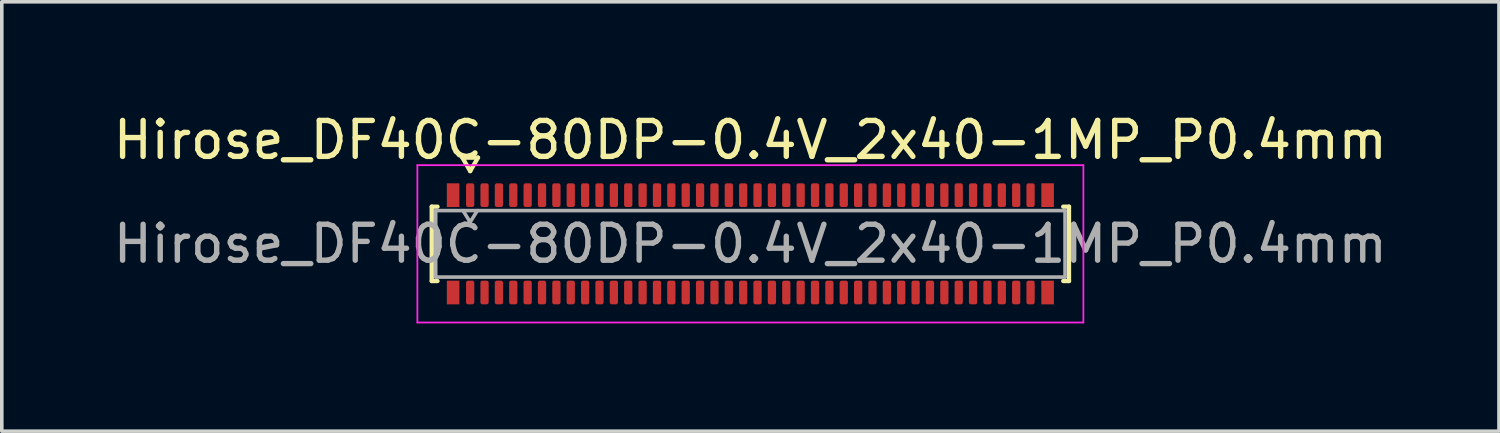
<source format=kicad_pcb>
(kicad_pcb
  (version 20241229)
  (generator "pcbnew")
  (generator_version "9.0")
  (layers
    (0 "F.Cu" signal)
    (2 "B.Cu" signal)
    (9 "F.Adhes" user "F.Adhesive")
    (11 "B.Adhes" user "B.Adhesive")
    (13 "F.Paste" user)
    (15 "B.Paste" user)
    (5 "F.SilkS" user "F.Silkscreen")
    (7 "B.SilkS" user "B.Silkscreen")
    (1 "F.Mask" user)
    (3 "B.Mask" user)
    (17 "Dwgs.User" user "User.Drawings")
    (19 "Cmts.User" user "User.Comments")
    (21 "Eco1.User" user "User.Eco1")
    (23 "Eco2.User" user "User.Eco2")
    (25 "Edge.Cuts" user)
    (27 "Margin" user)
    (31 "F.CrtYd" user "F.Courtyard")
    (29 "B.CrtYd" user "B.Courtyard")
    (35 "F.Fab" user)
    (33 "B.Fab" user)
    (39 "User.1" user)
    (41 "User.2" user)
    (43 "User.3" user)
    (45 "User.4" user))
  (footprint "Hirose_DF40C-80DP-0.4V_2x40-1MP_P0.4mm"
    (layer "F.Cu")
    (at 17.839 3.738)
    (property "Reference" "Hirose_DF40C-80DP-0.4V_2x40-1MP_P0.4mm" (at 0 -2.89 0) (layer "F.SilkS") (effects (font (size 1 1) (thickness 0.15))))
    (attr smd)
    (fp_line (start -8.87 -1.035) (end -8.71 -1.035) (stroke (width 0.12) (type solid)) (layer "F.SilkS"))
    (fp_line (start -8.87 1.035) (end -8.87 -1.035) (stroke (width 0.12) (type solid)) (layer "F.SilkS"))
    (fp_line (start -8.71 1.035) (end -8.87 1.035) (stroke (width 0.12) (type solid)) (layer "F.SilkS"))
    (fp_line (start -8.017 -2.4) (end -7.8 -2.025) (stroke (width 0.12) (type solid)) (layer "F.SilkS"))
    (fp_line (start -7.8 -2.025) (end -7.583 -2.4) (stroke (width 0.12) (type solid)) (layer "F.SilkS"))
    (fp_line (start -7.583 -2.4) (end -8.017 -2.4) (stroke (width 0.12) (type solid)) (layer "F.SilkS"))
    (fp_line (start 8.71 -1.035) (end 8.87 -1.035) (stroke (width 0.12) (type solid)) (layer "F.SilkS"))
    (fp_line (start 8.87 -1.035) (end 8.87 1.035) (stroke (width 0.12) (type solid)) (layer "F.SilkS"))
    (fp_line (start 8.87 1.035) (end 8.71 1.035) (stroke (width 0.12) (type solid)) (layer "F.SilkS"))
    (fp_line (start -9.27 -2.19) (end -9.27 2.19) (stroke (width 0.05) (type solid)) (layer "F.CrtYd"))
    (fp_line (start -9.27 2.19) (end 9.27 2.19) (stroke (width 0.05) (type solid)) (layer "F.CrtYd"))
    (fp_line (start 9.27 -2.19) (end -9.27 -2.19) (stroke (width 0.05) (type solid)) (layer "F.CrtYd"))
    (fp_line (start 9.27 2.19) (end 9.27 -2.19) (stroke (width 0.05) (type solid)) (layer "F.CrtYd"))
    (fp_line (start -8.76 -0.925) (end 8.76 -0.925) (stroke (width 0.1) (type solid)) (layer "F.Fab"))
    (fp_line (start -8.76 0.925) (end -8.76 -0.925) (stroke (width 0.1) (type solid)) (layer "F.Fab"))
    (fp_line (start -8 -0.925) (end -7.8 -0.605) (stroke (width 0.1) (type solid)) (layer "F.Fab"))
    (fp_line (start -7.8 -0.605) (end -7.6 -0.925) (stroke (width 0.1) (type solid)) (layer "F.Fab"))
    (fp_line (start 8.76 -0.925) (end 8.76 0.925) (stroke (width 0.1) (type solid)) (layer "F.Fab"))
    (fp_line (start 8.76 0.925) (end -8.76 0.925) (stroke (width 0.1) (type solid)) (layer "F.Fab"))
    (fp_text user "${REFERENCE}" (at 0 0 0) (layer "F.Fab") (effects (font (size 1 1) (thickness 0.15))))
    (pad "1" smd roundrect (at -7.8 -1.355) (size 0.23 0.66) (layers "F.Cu" "F.Mask" "F.Paste") (roundrect_rratio 0.25))
    (pad "2" smd roundrect (at -7.8 1.355) (size 0.23 0.66) (layers "F.Cu" "F.Mask" "F.Paste") (roundrect_rratio 0.25))
    (pad "3" smd roundrect (at -7.4 -1.355) (size 0.23 0.66) (layers "F.Cu" "F.Mask" "F.Paste") (roundrect_rratio 0.25))
    (pad "4" smd roundrect (at -7.4 1.355) (size 0.23 0.66) (layers "F.Cu" "F.Mask" "F.Paste") (roundrect_rratio 0.25))
    (pad "5" smd roundrect (at -7 -1.355) (size 0.23 0.66) (layers "F.Cu" "F.Mask" "F.Paste") (roundrect_rratio 0.25))
    (pad "6" smd roundrect (at -7 1.355) (size 0.23 0.66) (layers "F.Cu" "F.Mask" "F.Paste") (roundrect_rratio 0.25))
    (pad "7" smd roundrect (at -6.6 -1.355) (size 0.23 0.66) (layers "F.Cu" "F.Mask" "F.Paste") (roundrect_rratio 0.25))
    (pad "8" smd roundrect (at -6.6 1.355) (size 0.23 0.66) (layers "F.Cu" "F.Mask" "F.Paste") (roundrect_rratio 0.25))
    (pad "9" smd roundrect (at -6.2 -1.355) (size 0.23 0.66) (layers "F.Cu" "F.Mask" "F.Paste") (roundrect_rratio 0.25))
    (pad "10" smd roundrect (at -6.2 1.355) (size 0.23 0.66) (layers "F.Cu" "F.Mask" "F.Paste") (roundrect_rratio 0.25))
    (pad "11" smd roundrect (at -5.8 -1.355) (size 0.23 0.66) (layers "F.Cu" "F.Mask" "F.Paste") (roundrect_rratio 0.25))
    (pad "12" smd roundrect (at -5.8 1.355) (size 0.23 0.66) (layers "F.Cu" "F.Mask" "F.Paste") (roundrect_rratio 0.25))
    (pad "13" smd roundrect (at -5.4 -1.355) (size 0.23 0.66) (layers "F.Cu" "F.Mask" "F.Paste") (roundrect_rratio 0.25))
    (pad "14" smd roundrect (at -5.4 1.355) (size 0.23 0.66) (layers "F.Cu" "F.Mask" "F.Paste") (roundrect_rratio 0.25))
    (pad "15" smd roundrect (at -5 -1.355) (size 0.23 0.66) (layers "F.Cu" "F.Mask" "F.Paste") (roundrect_rratio 0.25))
    (pad "16" smd roundrect (at -5 1.355) (size 0.23 0.66) (layers "F.Cu" "F.Mask" "F.Paste") (roundrect_rratio 0.25))
    (pad "17" smd roundrect (at -4.6 -1.355) (size 0.23 0.66) (layers "F.Cu" "F.Mask" "F.Paste") (roundrect_rratio 0.25))
    (pad "18" smd roundrect (at -4.6 1.355) (size 0.23 0.66) (layers "F.Cu" "F.Mask" "F.Paste") (roundrect_rratio 0.25))
    (pad "19" smd roundrect (at -4.2 -1.355) (size 0.23 0.66) (layers "F.Cu" "F.Mask" "F.Paste") (roundrect_rratio 0.25))
    (pad "20" smd roundrect (at -4.2 1.355) (size 0.23 0.66) (layers "F.Cu" "F.Mask" "F.Paste") (roundrect_rratio 0.25))
    (pad "21" smd roundrect (at -3.8 -1.355) (size 0.23 0.66) (layers "F.Cu" "F.Mask" "F.Paste") (roundrect_rratio 0.25))
    (pad "22" smd roundrect (at -3.8 1.355) (size 0.23 0.66) (layers "F.Cu" "F.Mask" "F.Paste") (roundrect_rratio 0.25))
    (pad "23" smd roundrect (at -3.4 -1.355) (size 0.23 0.66) (layers "F.Cu" "F.Mask" "F.Paste") (roundrect_rratio 0.25))
    (pad "24" smd roundrect (at -3.4 1.355) (size 0.23 0.66) (layers "F.Cu" "F.Mask" "F.Paste") (roundrect_rratio 0.25))
    (pad "25" smd roundrect (at -3 -1.355) (size 0.23 0.66) (layers "F.Cu" "F.Mask" "F.Paste") (roundrect_rratio 0.25))
    (pad "26" smd roundrect (at -3 1.355) (size 0.23 0.66) (layers "F.Cu" "F.Mask" "F.Paste") (roundrect_rratio 0.25))
    (pad "27" smd roundrect (at -2.6 -1.355) (size 0.23 0.66) (layers "F.Cu" "F.Mask" "F.Paste") (roundrect_rratio 0.25))
    (pad "28" smd roundrect (at -2.6 1.355) (size 0.23 0.66) (layers "F.Cu" "F.Mask" "F.Paste") (roundrect_rratio 0.25))
    (pad "29" smd roundrect (at -2.2 -1.355) (size 0.23 0.66) (layers "F.Cu" "F.Mask" "F.Paste") (roundrect_rratio 0.25))
    (pad "30" smd roundrect (at -2.2 1.355) (size 0.23 0.66) (layers "F.Cu" "F.Mask" "F.Paste") (roundrect_rratio 0.25))
    (pad "31" smd roundrect (at -1.8 -1.355) (size 0.23 0.66) (layers "F.Cu" "F.Mask" "F.Paste") (roundrect_rratio 0.25))
    (pad "32" smd roundrect (at -1.8 1.355) (size 0.23 0.66) (layers "F.Cu" "F.Mask" "F.Paste") (roundrect_rratio 0.25))
    (pad "33" smd roundrect (at -1.4 -1.355) (size 0.23 0.66) (layers "F.Cu" "F.Mask" "F.Paste") (roundrect_rratio 0.25))
    (pad "34" smd roundrect (at -1.4 1.355) (size 0.23 0.66) (layers "F.Cu" "F.Mask" "F.Paste") (roundrect_rratio 0.25))
    (pad "35" smd roundrect (at -1 -1.355) (size 0.23 0.66) (layers "F.Cu" "F.Mask" "F.Paste") (roundrect_rratio 0.25))
    (pad "36" smd roundrect (at -1 1.355) (size 0.23 0.66) (layers "F.Cu" "F.Mask" "F.Paste") (roundrect_rratio 0.25))
    (pad "37" smd roundrect (at -0.6 -1.355) (size 0.23 0.66) (layers "F.Cu" "F.Mask" "F.Paste") (roundrect_rratio 0.25))
    (pad "38" smd roundrect (at -0.6 1.355) (size 0.23 0.66) (layers "F.Cu" "F.Mask" "F.Paste") (roundrect_rratio 0.25))
    (pad "39" smd roundrect (at -0.2 -1.355) (size 0.23 0.66) (layers "F.Cu" "F.Mask" "F.Paste") (roundrect_rratio 0.25))
    (pad "40" smd roundrect (at -0.2 1.355) (size 0.23 0.66) (layers "F.Cu" "F.Mask" "F.Paste") (roundrect_rratio 0.25))
    (pad "41" smd roundrect (at 0.2 -1.355) (size 0.23 0.66) (layers "F.Cu" "F.Mask" "F.Paste") (roundrect_rratio 0.25))
    (pad "42" smd roundrect (at 0.2 1.355) (size 0.23 0.66) (layers "F.Cu" "F.Mask" "F.Paste") (roundrect_rratio 0.25))
    (pad "43" smd roundrect (at 0.6 -1.355) (size 0.23 0.66) (layers "F.Cu" "F.Mask" "F.Paste") (roundrect_rratio 0.25))
    (pad "44" smd roundrect (at 0.6 1.355) (size 0.23 0.66) (layers "F.Cu" "F.Mask" "F.Paste") (roundrect_rratio 0.25))
    (pad "45" smd roundrect (at 1 -1.355) (size 0.23 0.66) (layers "F.Cu" "F.Mask" "F.Paste") (roundrect_rratio 0.25))
    (pad "46" smd roundrect (at 1 1.355) (size 0.23 0.66) (layers "F.Cu" "F.Mask" "F.Paste") (roundrect_rratio 0.25))
    (pad "47" smd roundrect (at 1.4 -1.355) (size 0.23 0.66) (layers "F.Cu" "F.Mask" "F.Paste") (roundrect_rratio 0.25))
    (pad "48" smd roundrect (at 1.4 1.355) (size 0.23 0.66) (layers "F.Cu" "F.Mask" "F.Paste") (roundrect_rratio 0.25))
    (pad "49" smd roundrect (at 1.8 -1.355) (size 0.23 0.66) (layers "F.Cu" "F.Mask" "F.Paste") (roundrect_rratio 0.25))
    (pad "50" smd roundrect (at 1.8 1.355) (size 0.23 0.66) (layers "F.Cu" "F.Mask" "F.Paste") (roundrect_rratio 0.25))
    (pad "51" smd roundrect (at 2.2 -1.355) (size 0.23 0.66) (layers "F.Cu" "F.Mask" "F.Paste") (roundrect_rratio 0.25))
    (pad "52" smd roundrect (at 2.2 1.355) (size 0.23 0.66) (layers "F.Cu" "F.Mask" "F.Paste") (roundrect_rratio 0.25))
    (pad "53" smd roundrect (at 2.6 -1.355) (size 0.23 0.66) (layers "F.Cu" "F.Mask" "F.Paste") (roundrect_rratio 0.25))
    (pad "54" smd roundrect (at 2.6 1.355) (size 0.23 0.66) (layers "F.Cu" "F.Mask" "F.Paste") (roundrect_rratio 0.25))
    (pad "55" smd roundrect (at 3 -1.355) (size 0.23 0.66) (layers "F.Cu" "F.Mask" "F.Paste") (roundrect_rratio 0.25))
    (pad "56" smd roundrect (at 3 1.355) (size 0.23 0.66) (layers "F.Cu" "F.Mask" "F.Paste") (roundrect_rratio 0.25))
    (pad "57" smd roundrect (at 3.4 -1.355) (size 0.23 0.66) (layers "F.Cu" "F.Mask" "F.Paste") (roundrect_rratio 0.25))
    (pad "58" smd roundrect (at 3.4 1.355) (size 0.23 0.66) (layers "F.Cu" "F.Mask" "F.Paste") (roundrect_rratio 0.25))
    (pad "59" smd roundrect (at 3.8 -1.355) (size 0.23 0.66) (layers "F.Cu" "F.Mask" "F.Paste") (roundrect_rratio 0.25))
    (pad "60" smd roundrect (at 3.8 1.355) (size 0.23 0.66) (layers "F.Cu" "F.Mask" "F.Paste") (roundrect_rratio 0.25))
    (pad "61" smd roundrect (at 4.2 -1.355) (size 0.23 0.66) (layers "F.Cu" "F.Mask" "F.Paste") (roundrect_rratio 0.25))
    (pad "62" smd roundrect (at 4.2 1.355) (size 0.23 0.66) (layers "F.Cu" "F.Mask" "F.Paste") (roundrect_rratio 0.25))
    (pad "63" smd roundrect (at 4.6 -1.355) (size 0.23 0.66) (layers "F.Cu" "F.Mask" "F.Paste") (roundrect_rratio 0.25))
    (pad "64" smd roundrect (at 4.6 1.355) (size 0.23 0.66) (layers "F.Cu" "F.Mask" "F.Paste") (roundrect_rratio 0.25))
    (pad "65" smd roundrect (at 5 -1.355) (size 0.23 0.66) (layers "F.Cu" "F.Mask" "F.Paste") (roundrect_rratio 0.25))
    (pad "66" smd roundrect (at 5 1.355) (size 0.23 0.66) (layers "F.Cu" "F.Mask" "F.Paste") (roundrect_rratio 0.25))
    (pad "67" smd roundrect (at 5.4 -1.355) (size 0.23 0.66) (layers "F.Cu" "F.Mask" "F.Paste") (roundrect_rratio 0.25))
    (pad "68" smd roundrect (at 5.4 1.355) (size 0.23 0.66) (layers "F.Cu" "F.Mask" "F.Paste") (roundrect_rratio 0.25))
    (pad "69" smd roundrect (at 5.8 -1.355) (size 0.23 0.66) (layers "F.Cu" "F.Mask" "F.Paste") (roundrect_rratio 0.25))
    (pad "70" smd roundrect (at 5.8 1.355) (size 0.23 0.66) (layers "F.Cu" "F.Mask" "F.Paste") (roundrect_rratio 0.25))
    (pad "71" smd roundrect (at 6.2 -1.355) (size 0.23 0.66) (layers "F.Cu" "F.Mask" "F.Paste") (roundrect_rratio 0.25))
    (pad "72" smd roundrect (at 6.2 1.355) (size 0.23 0.66) (layers "F.Cu" "F.Mask" "F.Paste") (roundrect_rratio 0.25))
    (pad "73" smd roundrect (at 6.6 -1.355) (size 0.23 0.66) (layers "F.Cu" "F.Mask" "F.Paste") (roundrect_rratio 0.25))
    (pad "74" smd roundrect (at 6.6 1.355) (size 0.23 0.66) (layers "F.Cu" "F.Mask" "F.Paste") (roundrect_rratio 0.25))
    (pad "75" smd roundrect (at 7 -1.355) (size 0.23 0.66) (layers "F.Cu" "F.Mask" "F.Paste") (roundrect_rratio 0.25))
    (pad "76" smd roundrect (at 7 1.355) (size 0.23 0.66) (layers "F.Cu" "F.Mask" "F.Paste") (roundrect_rratio 0.25))
    (pad "77" smd roundrect (at 7.4 -1.355) (size 0.23 0.66) (layers "F.Cu" "F.Mask" "F.Paste") (roundrect_rratio 0.25))
    (pad "78" smd roundrect (at 7.4 1.355) (size 0.23 0.66) (layers "F.Cu" "F.Mask" "F.Paste") (roundrect_rratio 0.25))
    (pad "79" smd roundrect (at 7.8 -1.355) (size 0.23 0.66) (layers "F.Cu" "F.Mask" "F.Paste") (roundrect_rratio 0.25))
    (pad "80" smd roundrect (at 7.8 1.355) (size 0.23 0.66) (layers "F.Cu" "F.Mask" "F.Paste") (roundrect_rratio 0.25))
    (pad "MP" smd rect (at -8.275 -1.355) (size 0.35 0.66) (layers "F.Cu" "F.Mask" "F.Paste"))
    (pad "MP" smd rect (at -8.275 1.355) (size 0.35 0.66) (layers "F.Cu" "F.Mask" "F.Paste"))
    (pad "MP" smd rect (at 8.275 -1.355) (size 0.35 0.66) (layers "F.Cu" "F.Mask" "F.Paste"))
    (pad "MP" smd rect (at 8.275 1.355) (size 0.35 0.66) (layers "F.Cu" "F.Mask" "F.Paste")))
  (gr_rect
    (start -3 -3)
    (end 38.679 8.953)
    (stroke (width 0.1) (type default))
    (fill no)
    (layer "Edge.Cuts")))
</source>
